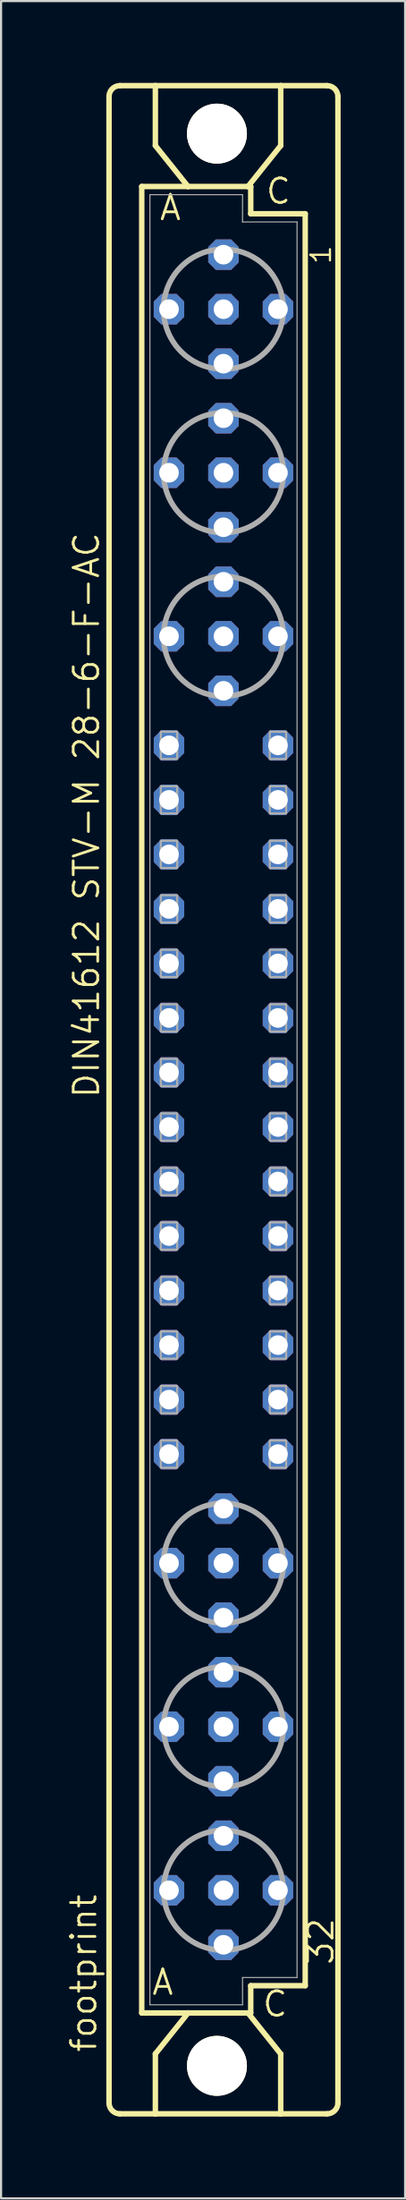
<source format=kicad_pcb>
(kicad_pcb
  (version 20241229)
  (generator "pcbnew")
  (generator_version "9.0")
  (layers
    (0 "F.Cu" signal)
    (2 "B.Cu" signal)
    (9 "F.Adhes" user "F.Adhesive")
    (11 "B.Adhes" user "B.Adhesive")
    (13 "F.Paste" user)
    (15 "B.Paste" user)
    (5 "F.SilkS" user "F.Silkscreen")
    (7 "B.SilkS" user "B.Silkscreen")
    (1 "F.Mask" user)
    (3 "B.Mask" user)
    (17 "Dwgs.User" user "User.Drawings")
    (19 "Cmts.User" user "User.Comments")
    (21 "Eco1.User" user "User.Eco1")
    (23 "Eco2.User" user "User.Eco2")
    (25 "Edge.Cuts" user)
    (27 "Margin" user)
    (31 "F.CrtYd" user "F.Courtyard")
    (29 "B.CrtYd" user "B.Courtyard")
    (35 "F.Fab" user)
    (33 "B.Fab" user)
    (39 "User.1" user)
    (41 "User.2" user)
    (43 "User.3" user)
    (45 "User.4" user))
  (footprint "footprint"
    (layer "F.Cu")
    (at 7.366 48.184)
    (property "Reference" "footprint" (at -5.842 44.45 90) (layer "F.SilkS") (effects (font (size 1.143 1.143) (thickness 0.127)) (justify left bottom)))
    (fp_line (start -5.334 46.736) (end -5.334 -46.736) (stroke (width 0.254) (type solid)) (layer "F.SilkS"))
    (fp_line (start -4.826 -47.244) (end -3.175 -47.244) (stroke (width 0.254) (type solid)) (layer "F.SilkS"))
    (fp_line (start -4.826 47.244) (end -3.175 47.244) (stroke (width 0.254) (type solid)) (layer "F.SilkS"))
    (fp_line (start -3.81 -42.545) (end -3.81 42.545) (stroke (width 0.254) (type solid)) (layer "F.SilkS"))
    (fp_line (start -3.81 42.545) (end -1.651 42.545) (stroke (width 0.254) (type solid)) (layer "F.SilkS"))
    (fp_line (start -3.175 -47.244) (end -3.175 -44.45) (stroke (width 0.254) (type solid)) (layer "F.SilkS"))
    (fp_line (start -3.175 47.244) (end -3.175 44.45) (stroke (width 0.254) (type solid)) (layer "F.SilkS"))
    (fp_line (start -3.175 47.244) (end 2.667 47.244) (stroke (width 0.254) (type solid)) (layer "F.SilkS"))
    (fp_line (start -1.651 -42.545) (end -3.81 -42.545) (stroke (width 0.254) (type solid)) (layer "F.SilkS"))
    (fp_line (start -1.651 -42.545) (end -3.175 -44.45) (stroke (width 0.254) (type solid)) (layer "F.SilkS"))
    (fp_line (start -1.651 42.545) (end -3.175 44.45) (stroke (width 0.254) (type solid)) (layer "F.SilkS"))
    (fp_line (start -1.651 42.545) (end 1.143 42.545) (stroke (width 0.254) (type solid)) (layer "F.SilkS"))
    (fp_line (start 1.143 -42.545) (end -1.651 -42.545) (stroke (width 0.254) (type solid)) (layer "F.SilkS"))
    (fp_line (start 1.143 -42.545) (end 2.667 -44.45) (stroke (width 0.254) (type solid)) (layer "F.SilkS"))
    (fp_line (start 1.143 42.545) (end 1.27 42.545) (stroke (width 0.254) (type solid)) (layer "F.SilkS"))
    (fp_line (start 1.143 42.545) (end 2.667 44.45) (stroke (width 0.254) (type solid)) (layer "F.SilkS"))
    (fp_line (start 1.27 -42.545) (end 1.143 -42.545) (stroke (width 0.254) (type solid)) (layer "F.SilkS"))
    (fp_line (start 1.27 -41.275) (end 1.27 -42.545) (stroke (width 0.254) (type solid)) (layer "F.SilkS"))
    (fp_line (start 1.27 41.275) (end 3.81 41.275) (stroke (width 0.254) (type solid)) (layer "F.SilkS"))
    (fp_line (start 1.27 42.545) (end 1.27 41.275) (stroke (width 0.254) (type solid)) (layer "F.SilkS"))
    (fp_line (start 2.667 -47.244) (end -3.175 -47.244) (stroke (width 0.254) (type solid)) (layer "F.SilkS"))
    (fp_line (start 2.667 -47.244) (end 2.667 -44.45) (stroke (width 0.254) (type solid)) (layer "F.SilkS"))
    (fp_line (start 2.667 47.244) (end 2.667 44.45) (stroke (width 0.254) (type solid)) (layer "F.SilkS"))
    (fp_line (start 2.667 47.244) (end 4.826 47.244) (stroke (width 0.254) (type solid)) (layer "F.SilkS"))
    (fp_line (start 3.81 -41.275) (end 1.27 -41.275) (stroke (width 0.254) (type solid)) (layer "F.SilkS"))
    (fp_line (start 3.81 41.275) (end 3.81 -41.275) (stroke (width 0.254) (type solid)) (layer "F.SilkS"))
    (fp_line (start 4.826 -47.244) (end 2.667 -47.244) (stroke (width 0.254) (type solid)) (layer "F.SilkS"))
    (fp_line (start 5.334 46.736) (end 5.334 -46.736) (stroke (width 0.254) (type solid)) (layer "F.SilkS"))
    (fp_arc (start -5.334 -46.736) (mid -5.18521 -47.09521) (end -4.826 -47.244) (stroke (width 0.254) (type solid)) (layer "F.SilkS"))
    (fp_arc (start -4.826 47.244) (mid -5.18521 47.09521) (end -5.334 46.736) (stroke (width 0.254) (type solid)) (layer "F.SilkS"))
    (fp_arc (start 4.826 -47.244) (mid 5.18521 -47.09521) (end 5.334 -46.736) (stroke (width 0.254) (type solid)) (layer "F.SilkS"))
    (fp_arc (start 5.334 46.736) (mid 5.18521 47.09521) (end 4.826 47.244) (stroke (width 0.254) (type solid)) (layer "F.SilkS"))
    (fp_circle (center -0.305 -45.009) (end 0.965 -45.009) (stroke (width 0.254) (type solid)) (fill no) (layer "F.SilkS"))
    (fp_circle (center -0.305 45.009) (end 0.965 45.009) (stroke (width 0.254) (type solid)) (fill no) (layer "F.SilkS"))
    (fp_line (start -3.429 -42.164) (end -3.429 42.164) (stroke (width 0.051) (type solid)) (layer "F.Fab"))
    (fp_line (start -3.429 -42.164) (end 0.889 -42.164) (stroke (width 0.051) (type solid)) (layer "F.Fab"))
    (fp_line (start -3.429 42.164) (end 0.889 42.164) (stroke (width 0.051) (type solid)) (layer "F.Fab"))
    (fp_line (start 0.889 -42.164) (end 0.889 -40.894) (stroke (width 0.051) (type solid)) (layer "F.Fab"))
    (fp_line (start 0.889 -40.894) (end 3.429 -40.894) (stroke (width 0.051) (type solid)) (layer "F.Fab"))
    (fp_line (start 0.889 40.894) (end 3.429 40.894) (stroke (width 0.051) (type solid)) (layer "F.Fab"))
    (fp_line (start 0.889 42.164) (end 0.889 40.894) (stroke (width 0.051) (type solid)) (layer "F.Fab"))
    (fp_line (start 3.429 -40.894) (end 3.429 40.894) (stroke (width 0.051) (type solid)) (layer "F.Fab"))
    (fp_circle (center 0 -36.83) (end 2.794 -36.83) (stroke (width 0.254) (type solid)) (fill no) (layer "F.Fab"))
    (fp_circle (center 0 -29.21) (end 2.794 -29.21) (stroke (width 0.254) (type solid)) (fill no) (layer "F.Fab"))
    (fp_circle (center 0 -21.59) (end 2.794 -21.59) (stroke (width 0.254) (type solid)) (fill no) (layer "F.Fab"))
    (fp_circle (center 0 21.59) (end 2.794 21.59) (stroke (width 0.254) (type solid)) (fill no) (layer "F.Fab"))
    (fp_circle (center 0 29.21) (end 2.794 29.21) (stroke (width 0.254) (type solid)) (fill no) (layer "F.Fab"))
    (fp_circle (center 0 36.83) (end 2.794 36.83) (stroke (width 0.254) (type solid)) (fill no) (layer "F.Fab"))
    (fp_poly (pts (xy -2.921 -15.875) (xy -2.159 -15.875) (xy -2.159 -17.145) (xy -2.921 -17.145)) (stroke (width 0.1) (type solid)) (fill no) (layer "F.Fab"))
    (fp_poly (pts (xy -2.921 -13.335) (xy -2.159 -13.335) (xy -2.159 -14.605) (xy -2.921 -14.605)) (stroke (width 0.1) (type solid)) (fill no) (layer "F.Fab"))
    (fp_poly (pts (xy -2.921 -10.795) (xy -2.159 -10.795) (xy -2.159 -12.065) (xy -2.921 -12.065)) (stroke (width 0.1) (type solid)) (fill no) (layer "F.Fab"))
    (fp_poly (pts (xy -2.921 -8.255) (xy -2.159 -8.255) (xy -2.159 -9.525) (xy -2.921 -9.525)) (stroke (width 0.1) (type solid)) (fill no) (layer "F.Fab"))
    (fp_poly (pts (xy -2.921 -5.715) (xy -2.159 -5.715) (xy -2.159 -6.985) (xy -2.921 -6.985)) (stroke (width 0.1) (type solid)) (fill no) (layer "F.Fab"))
    (fp_poly (pts (xy -2.921 -3.175) (xy -2.159 -3.175) (xy -2.159 -4.445) (xy -2.921 -4.445)) (stroke (width 0.1) (type solid)) (fill no) (layer "F.Fab"))
    (fp_poly (pts (xy -2.921 -0.635) (xy -2.159 -0.635) (xy -2.159 -1.905) (xy -2.921 -1.905)) (stroke (width 0.1) (type solid)) (fill no) (layer "F.Fab"))
    (fp_poly (pts (xy -2.921 1.905) (xy -2.159 1.905) (xy -2.159 0.635) (xy -2.921 0.635)) (stroke (width 0.1) (type solid)) (fill no) (layer "F.Fab"))
    (fp_poly (pts (xy -2.921 4.445) (xy -2.159 4.445) (xy -2.159 3.175) (xy -2.921 3.175)) (stroke (width 0.1) (type solid)) (fill no) (layer "F.Fab"))
    (fp_poly (pts (xy -2.921 6.985) (xy -2.159 6.985) (xy -2.159 5.715) (xy -2.921 5.715)) (stroke (width 0.1) (type solid)) (fill no) (layer "F.Fab"))
    (fp_poly (pts (xy -2.921 9.525) (xy -2.159 9.525) (xy -2.159 8.255) (xy -2.921 8.255)) (stroke (width 0.1) (type solid)) (fill no) (layer "F.Fab"))
    (fp_poly (pts (xy -2.921 12.065) (xy -2.159 12.065) (xy -2.159 10.795) (xy -2.921 10.795)) (stroke (width 0.1) (type solid)) (fill no) (layer "F.Fab"))
    (fp_poly (pts (xy -2.921 14.605) (xy -2.159 14.605) (xy -2.159 13.335) (xy -2.921 13.335)) (stroke (width 0.1) (type solid)) (fill no) (layer "F.Fab"))
    (fp_poly (pts (xy -2.921 17.145) (xy -2.159 17.145) (xy -2.159 15.875) (xy -2.921 15.875)) (stroke (width 0.1) (type solid)) (fill no) (layer "F.Fab"))
    (fp_poly (pts (xy 2.159 -15.875) (xy 2.921 -15.875) (xy 2.921 -17.145) (xy 2.159 -17.145)) (stroke (width 0.1) (type solid)) (fill no) (layer "F.Fab"))
    (fp_poly (pts (xy 2.159 -13.335) (xy 2.921 -13.335) (xy 2.921 -14.605) (xy 2.159 -14.605)) (stroke (width 0.1) (type solid)) (fill no) (layer "F.Fab"))
    (fp_poly (pts (xy 2.159 -10.795) (xy 2.921 -10.795) (xy 2.921 -12.065) (xy 2.159 -12.065)) (stroke (width 0.1) (type solid)) (fill no) (layer "F.Fab"))
    (fp_poly (pts (xy 2.159 -8.255) (xy 2.921 -8.255) (xy 2.921 -9.525) (xy 2.159 -9.525)) (stroke (width 0.1) (type solid)) (fill no) (layer "F.Fab"))
    (fp_poly (pts (xy 2.159 -5.715) (xy 2.921 -5.715) (xy 2.921 -6.985) (xy 2.159 -6.985)) (stroke (width 0.1) (type solid)) (fill no) (layer "F.Fab"))
    (fp_poly (pts (xy 2.159 -3.175) (xy 2.921 -3.175) (xy 2.921 -4.445) (xy 2.159 -4.445)) (stroke (width 0.1) (type solid)) (fill no) (layer "F.Fab"))
    (fp_poly (pts (xy 2.159 -0.635) (xy 2.921 -0.635) (xy 2.921 -1.905) (xy 2.159 -1.905)) (stroke (width 0.1) (type solid)) (fill no) (layer "F.Fab"))
    (fp_poly (pts (xy 2.159 1.905) (xy 2.921 1.905) (xy 2.921 0.635) (xy 2.159 0.635)) (stroke (width 0.1) (type solid)) (fill no) (layer "F.Fab"))
    (fp_poly (pts (xy 2.159 4.445) (xy 2.921 4.445) (xy 2.921 3.175) (xy 2.159 3.175)) (stroke (width 0.1) (type solid)) (fill no) (layer "F.Fab"))
    (fp_poly (pts (xy 2.159 6.985) (xy 2.921 6.985) (xy 2.921 5.715) (xy 2.159 5.715)) (stroke (width 0.1) (type solid)) (fill no) (layer "F.Fab"))
    (fp_poly (pts (xy 2.159 9.525) (xy 2.921 9.525) (xy 2.921 8.255) (xy 2.159 8.255)) (stroke (width 0.1) (type solid)) (fill no) (layer "F.Fab"))
    (fp_poly (pts (xy 2.159 12.065) (xy 2.921 12.065) (xy 2.921 10.795) (xy 2.159 10.795)) (stroke (width 0.1) (type solid)) (fill no) (layer "F.Fab"))
    (fp_poly (pts (xy 2.159 14.605) (xy 2.921 14.605) (xy 2.921 13.335) (xy 2.159 13.335)) (stroke (width 0.1) (type solid)) (fill no) (layer "F.Fab"))
    (fp_poly (pts (xy 2.159 17.145) (xy 2.921 17.145) (xy 2.921 15.875) (xy 2.159 15.875)) (stroke (width 0.1) (type solid)) (fill no) (layer "F.Fab"))
    (fp_text user " C " (at 0.878 42.799 0) (layer "F.SilkS") (effects (font (size 1.143 1.143) (thickness 0.127)) (justify left bottom)))
    (fp_text user "A" (at -3.048 -40.894 0) (layer "F.SilkS") (effects (font (size 1.143 1.143) (thickness 0.127)) (justify left bottom)))
    (fp_text user "DIN41612 STV-M 28-6-F-AC" (at -5.715 0 90) (layer "F.SilkS") (effects (font (size 1.143 1.143) (thickness 0.127)) (justify left bottom)))
    (fp_text user "32" (at 5.207 40.386 90) (layer "F.SilkS") (effects (font (size 1.143 1.143) (thickness 0.127)) (justify left bottom)))
    (fp_text user "C" (at 1.905 -41.656 0) (layer "F.SilkS") (effects (font (size 1.143 1.143) (thickness 0.127)) (justify left bottom)))
    (fp_text user " A " (at -4.275 41.783 0) (layer "F.SilkS") (effects (font (size 1.143 1.143) (thickness 0.127)) (justify left bottom)))
    (fp_text user "1" (at 5.08 -38.862 90) (layer "F.SilkS") (effects (font (size 0.914 0.914) (thickness 0.102)) (justify left bottom)))
    (pad "" np_thru_hole circle (at -0.305 -45.009) (size 2.794 2.794) (drill 2.794) (layers "*.Cu" "*.Mask"))
    (pad "" np_thru_hole circle (at -0.305 45.009) (size 2.794 2.794) (drill 2.794) (layers "*.Cu" "*.Mask"))
    (pad "A2" thru_hole roundrect (at -2.54 -36.83) (size 1.422 1.422) (drill 0.914) (layers "*.Cu" "*.Mask") (roundrect_rratio 0.25) (chamfer_ratio 0.25) (chamfer top_left top_right bottom_left bottom_right))
    (pad "A5" thru_hole roundrect (at -2.54 -29.21) (size 1.422 1.422) (drill 0.914) (layers "*.Cu" "*.Mask") (roundrect_rratio 0.25) (chamfer_ratio 0.25) (chamfer top_left top_right bottom_left bottom_right))
    (pad "A8" thru_hole roundrect (at -2.54 -21.59) (size 1.422 1.422) (drill 0.914) (layers "*.Cu" "*.Mask") (roundrect_rratio 0.25) (chamfer_ratio 0.25) (chamfer top_left top_right bottom_left bottom_right))
    (pad "A10" thru_hole roundrect (at -2.54 -16.51) (size 1.422 1.422) (drill 0.914) (layers "*.Cu" "*.Mask") (roundrect_rratio 0.25) (chamfer_ratio 0.25) (chamfer top_left top_right bottom_left bottom_right))
    (pad "A11" thru_hole roundrect (at -2.54 -13.97) (size 1.422 1.422) (drill 0.914) (layers "*.Cu" "*.Mask") (roundrect_rratio 0.25) (chamfer_ratio 0.25) (chamfer top_left top_right bottom_left bottom_right))
    (pad "A12" thru_hole roundrect (at -2.54 -11.43) (size 1.422 1.422) (drill 0.914) (layers "*.Cu" "*.Mask") (roundrect_rratio 0.25) (chamfer_ratio 0.25) (chamfer top_left top_right bottom_left bottom_right))
    (pad "A13" thru_hole roundrect (at -2.54 -8.89) (size 1.422 1.422) (drill 0.914) (layers "*.Cu" "*.Mask") (roundrect_rratio 0.25) (chamfer_ratio 0.25) (chamfer top_left top_right bottom_left bottom_right))
    (pad "A14" thru_hole roundrect (at -2.54 -6.35) (size 1.422 1.422) (drill 0.914) (layers "*.Cu" "*.Mask") (roundrect_rratio 0.25) (chamfer_ratio 0.25) (chamfer top_left top_right bottom_left bottom_right))
    (pad "A15" thru_hole roundrect (at -2.54 -3.81) (size 1.422 1.422) (drill 0.914) (layers "*.Cu" "*.Mask") (roundrect_rratio 0.25) (chamfer_ratio 0.25) (chamfer top_left top_right bottom_left bottom_right))
    (pad "A16" thru_hole roundrect (at -2.54 -1.27) (size 1.422 1.422) (drill 0.914) (layers "*.Cu" "*.Mask") (roundrect_rratio 0.25) (chamfer_ratio 0.25) (chamfer top_left top_right bottom_left bottom_right))
    (pad "A17" thru_hole roundrect (at -2.54 1.27) (size 1.422 1.422) (drill 0.914) (layers "*.Cu" "*.Mask") (roundrect_rratio 0.25) (chamfer_ratio 0.25) (chamfer top_left top_right bottom_left bottom_right))
    (pad "A18" thru_hole roundrect (at -2.54 3.81) (size 1.422 1.422) (drill 0.914) (layers "*.Cu" "*.Mask") (roundrect_rratio 0.25) (chamfer_ratio 0.25) (chamfer top_left top_right bottom_left bottom_right))
    (pad "A19" thru_hole roundrect (at -2.54 6.35) (size 1.422 1.422) (drill 0.914) (layers "*.Cu" "*.Mask") (roundrect_rratio 0.25) (chamfer_ratio 0.25) (chamfer top_left top_right bottom_left bottom_right))
    (pad "A20" thru_hole roundrect (at -2.54 8.89) (size 1.422 1.422) (drill 0.914) (layers "*.Cu" "*.Mask") (roundrect_rratio 0.25) (chamfer_ratio 0.25) (chamfer top_left top_right bottom_left bottom_right))
    (pad "A21" thru_hole roundrect (at -2.54 11.43) (size 1.422 1.422) (drill 0.914) (layers "*.Cu" "*.Mask") (roundrect_rratio 0.25) (chamfer_ratio 0.25) (chamfer top_left top_right bottom_left bottom_right))
    (pad "A22" thru_hole roundrect (at -2.54 13.97) (size 1.422 1.422) (drill 0.914) (layers "*.Cu" "*.Mask") (roundrect_rratio 0.25) (chamfer_ratio 0.25) (chamfer top_left top_right bottom_left bottom_right))
    (pad "A23" thru_hole roundrect (at -2.54 16.51) (size 1.422 1.422) (drill 0.914) (layers "*.Cu" "*.Mask") (roundrect_rratio 0.25) (chamfer_ratio 0.25) (chamfer top_left top_right bottom_left bottom_right))
    (pad "A25" thru_hole roundrect (at -2.54 21.59) (size 1.422 1.422) (drill 0.914) (layers "*.Cu" "*.Mask") (roundrect_rratio 0.25) (chamfer_ratio 0.25) (chamfer top_left top_right bottom_left bottom_right))
    (pad "A28" thru_hole roundrect (at -2.54 29.21) (size 1.422 1.422) (drill 0.914) (layers "*.Cu" "*.Mask") (roundrect_rratio 0.25) (chamfer_ratio 0.25) (chamfer top_left top_right bottom_left bottom_right))
    (pad "A31" thru_hole roundrect (at -2.54 36.83) (size 1.422 1.422) (drill 0.914) (layers "*.Cu" "*.Mask") (roundrect_rratio 0.25) (chamfer_ratio 0.25) (chamfer top_left top_right bottom_left bottom_right))
    (pad "B1" thru_hole roundrect (at 0 -39.37) (size 1.422 1.422) (drill 0.914) (layers "*.Cu" "*.Mask") (roundrect_rratio 0.25) (chamfer_ratio 0.25) (chamfer top_left top_right bottom_left bottom_right))
    (pad "B2" thru_hole roundrect (at 0 -36.83) (size 1.422 1.422) (drill 0.914) (layers "*.Cu" "*.Mask") (roundrect_rratio 0.25) (chamfer_ratio 0.25) (chamfer top_left top_right bottom_left bottom_right))
    (pad "B3" thru_hole roundrect (at 0 -34.29) (size 1.422 1.422) (drill 0.914) (layers "*.Cu" "*.Mask") (roundrect_rratio 0.25) (chamfer_ratio 0.25) (chamfer top_left top_right bottom_left bottom_right))
    (pad "B4" thru_hole roundrect (at 0 -31.75) (size 1.422 1.422) (drill 0.914) (layers "*.Cu" "*.Mask") (roundrect_rratio 0.25) (chamfer_ratio 0.25) (chamfer top_left top_right bottom_left bottom_right))
    (pad "B5" thru_hole roundrect (at 0 -29.21) (size 1.422 1.422) (drill 0.914) (layers "*.Cu" "*.Mask") (roundrect_rratio 0.25) (chamfer_ratio 0.25) (chamfer top_left top_right bottom_left bottom_right))
    (pad "B6" thru_hole roundrect (at 0 -26.67) (size 1.422 1.422) (drill 0.914) (layers "*.Cu" "*.Mask") (roundrect_rratio 0.25) (chamfer_ratio 0.25) (chamfer top_left top_right bottom_left bottom_right))
    (pad "B7" thru_hole roundrect (at 0 -24.13) (size 1.422 1.422) (drill 0.914) (layers "*.Cu" "*.Mask") (roundrect_rratio 0.25) (chamfer_ratio 0.25) (chamfer top_left top_right bottom_left bottom_right))
    (pad "B8" thru_hole roundrect (at 0 -21.59) (size 1.422 1.422) (drill 0.914) (layers "*.Cu" "*.Mask") (roundrect_rratio 0.25) (chamfer_ratio 0.25) (chamfer top_left top_right bottom_left bottom_right))
    (pad "B9" thru_hole roundrect (at 0 -19.05) (size 1.422 1.422) (drill 0.914) (layers "*.Cu" "*.Mask") (roundrect_rratio 0.25) (chamfer_ratio 0.25) (chamfer top_left top_right bottom_left bottom_right))
    (pad "B24" thru_hole roundrect (at 0 19.05) (size 1.422 1.422) (drill 0.914) (layers "*.Cu" "*.Mask") (roundrect_rratio 0.25) (chamfer_ratio 0.25) (chamfer top_left top_right bottom_left bottom_right))
    (pad "B25" thru_hole roundrect (at 0 21.59) (size 1.422 1.422) (drill 0.914) (layers "*.Cu" "*.Mask") (roundrect_rratio 0.25) (chamfer_ratio 0.25) (chamfer top_left top_right bottom_left bottom_right))
    (pad "B26" thru_hole roundrect (at 0 24.13) (size 1.422 1.422) (drill 0.914) (layers "*.Cu" "*.Mask") (roundrect_rratio 0.25) (chamfer_ratio 0.25) (chamfer top_left top_right bottom_left bottom_right))
    (pad "B27" thru_hole roundrect (at 0 26.67) (size 1.422 1.422) (drill 0.914) (layers "*.Cu" "*.Mask") (roundrect_rratio 0.25) (chamfer_ratio 0.25) (chamfer top_left top_right bottom_left bottom_right))
    (pad "B28" thru_hole roundrect (at 0 29.21) (size 1.422 1.422) (drill 0.914) (layers "*.Cu" "*.Mask") (roundrect_rratio 0.25) (chamfer_ratio 0.25) (chamfer top_left top_right bottom_left bottom_right))
    (pad "B29" thru_hole roundrect (at 0 31.75) (size 1.422 1.422) (drill 0.914) (layers "*.Cu" "*.Mask") (roundrect_rratio 0.25) (chamfer_ratio 0.25) (chamfer top_left top_right bottom_left bottom_right))
    (pad "B30" thru_hole roundrect (at 0 34.29) (size 1.422 1.422) (drill 0.914) (layers "*.Cu" "*.Mask") (roundrect_rratio 0.25) (chamfer_ratio 0.25) (chamfer top_left top_right bottom_left bottom_right))
    (pad "B31" thru_hole roundrect (at 0 36.83) (size 1.422 1.422) (drill 0.914) (layers "*.Cu" "*.Mask") (roundrect_rratio 0.25) (chamfer_ratio 0.25) (chamfer top_left top_right bottom_left bottom_right))
    (pad "B32" thru_hole roundrect (at 0 39.37) (size 1.422 1.422) (drill 0.914) (layers "*.Cu" "*.Mask") (roundrect_rratio 0.25) (chamfer_ratio 0.25) (chamfer top_left top_right bottom_left bottom_right))
    (pad "C2" thru_hole roundrect (at 2.54 -36.83) (size 1.422 1.422) (drill 0.914) (layers "*.Cu" "*.Mask") (roundrect_rratio 0.25) (chamfer_ratio 0.25) (chamfer top_left top_right bottom_left bottom_right))
    (pad "C5" thru_hole roundrect (at 2.54 -29.21) (size 1.422 1.422) (drill 0.914) (layers "*.Cu" "*.Mask") (roundrect_rratio 0.25) (chamfer_ratio 0.25) (chamfer top_left top_right bottom_left bottom_right))
    (pad "C8" thru_hole roundrect (at 2.54 -21.59) (size 1.422 1.422) (drill 0.914) (layers "*.Cu" "*.Mask") (roundrect_rratio 0.25) (chamfer_ratio 0.25) (chamfer top_left top_right bottom_left bottom_right))
    (pad "C10" thru_hole roundrect (at 2.54 -16.51) (size 1.422 1.422) (drill 0.914) (layers "*.Cu" "*.Mask") (roundrect_rratio 0.25) (chamfer_ratio 0.25) (chamfer top_left top_right bottom_left bottom_right))
    (pad "C11" thru_hole roundrect (at 2.54 -13.97) (size 1.422 1.422) (drill 0.914) (layers "*.Cu" "*.Mask") (roundrect_rratio 0.25) (chamfer_ratio 0.25) (chamfer top_left top_right bottom_left bottom_right))
    (pad "C12" thru_hole roundrect (at 2.54 -11.43) (size 1.422 1.422) (drill 0.914) (layers "*.Cu" "*.Mask") (roundrect_rratio 0.25) (chamfer_ratio 0.25) (chamfer top_left top_right bottom_left bottom_right))
    (pad "C13" thru_hole roundrect (at 2.54 -8.89) (size 1.422 1.422) (drill 0.914) (layers "*.Cu" "*.Mask") (roundrect_rratio 0.25) (chamfer_ratio 0.25) (chamfer top_left top_right bottom_left bottom_right))
    (pad "C14" thru_hole roundrect (at 2.54 -6.35) (size 1.422 1.422) (drill 0.914) (layers "*.Cu" "*.Mask") (roundrect_rratio 0.25) (chamfer_ratio 0.25) (chamfer top_left top_right bottom_left bottom_right))
    (pad "C15" thru_hole roundrect (at 2.54 -3.81) (size 1.422 1.422) (drill 0.914) (layers "*.Cu" "*.Mask") (roundrect_rratio 0.25) (chamfer_ratio 0.25) (chamfer top_left top_right bottom_left bottom_right))
    (pad "C16" thru_hole roundrect (at 2.54 -1.27) (size 1.422 1.422) (drill 0.914) (layers "*.Cu" "*.Mask") (roundrect_rratio 0.25) (chamfer_ratio 0.25) (chamfer top_left top_right bottom_left bottom_right))
    (pad "C17" thru_hole roundrect (at 2.54 1.27) (size 1.422 1.422) (drill 0.914) (layers "*.Cu" "*.Mask") (roundrect_rratio 0.25) (chamfer_ratio 0.25) (chamfer top_left top_right bottom_left bottom_right))
    (pad "C18" thru_hole roundrect (at 2.54 3.81) (size 1.422 1.422) (drill 0.914) (layers "*.Cu" "*.Mask") (roundrect_rratio 0.25) (chamfer_ratio 0.25) (chamfer top_left top_right bottom_left bottom_right))
    (pad "C19" thru_hole roundrect (at 2.54 6.35) (size 1.422 1.422) (drill 0.914) (layers "*.Cu" "*.Mask") (roundrect_rratio 0.25) (chamfer_ratio 0.25) (chamfer top_left top_right bottom_left bottom_right))
    (pad "C20" thru_hole roundrect (at 2.54 8.89) (size 1.422 1.422) (drill 0.914) (layers "*.Cu" "*.Mask") (roundrect_rratio 0.25) (chamfer_ratio 0.25) (chamfer top_left top_right bottom_left bottom_right))
    (pad "C21" thru_hole roundrect (at 2.54 11.43) (size 1.422 1.422) (drill 0.914) (layers "*.Cu" "*.Mask") (roundrect_rratio 0.25) (chamfer_ratio 0.25) (chamfer top_left top_right bottom_left bottom_right))
    (pad "C22" thru_hole roundrect (at 2.54 13.97) (size 1.422 1.422) (drill 0.914) (layers "*.Cu" "*.Mask") (roundrect_rratio 0.25) (chamfer_ratio 0.25) (chamfer top_left top_right bottom_left bottom_right))
    (pad "C23" thru_hole roundrect (at 2.54 16.51) (size 1.422 1.422) (drill 0.914) (layers "*.Cu" "*.Mask") (roundrect_rratio 0.25) (chamfer_ratio 0.25) (chamfer top_left top_right bottom_left bottom_right))
    (pad "C25" thru_hole roundrect (at 2.54 21.59) (size 1.422 1.422) (drill 0.914) (layers "*.Cu" "*.Mask") (roundrect_rratio 0.25) (chamfer_ratio 0.25) (chamfer top_left top_right bottom_left bottom_right))
    (pad "C28" thru_hole roundrect (at 2.54 29.21) (size 1.422 1.422) (drill 0.914) (layers "*.Cu" "*.Mask") (roundrect_rratio 0.25) (chamfer_ratio 0.25) (chamfer top_left top_right bottom_left bottom_right))
    (pad "C31" thru_hole roundrect (at 2.54 36.83) (size 1.422 1.422) (drill 0.914) (layers "*.Cu" "*.Mask") (roundrect_rratio 0.25) (chamfer_ratio 0.25) (chamfer top_left top_right bottom_left bottom_right))
    (zone (net_name "") (layers "F.Cu" "B.Cu") (hatch edge 0.508) (connect_pads) (min_thickness 0.254) (filled_areas_thickness no) (keepout (tracks allowed) (vias not_allowed) (pads allowed) (copperpour allowed) (footprints allowed)) (placement (enabled no)) (fill) (polygon (pts (xy 10.236 3.175) (xy 10.188 2.624) (xy 10.045 2.089) (xy 9.811 1.587) (xy 9.493 1.134) (xy 9.102 0.743) (xy 8.649 0.425) (xy 8.147 0.191) (xy 7.613 0.048) (xy 7.061 0) (xy 6.51 0.048) (xy 5.975 0.191) (xy 5.474 0.425) (xy 5.02 0.743) (xy 4.629 1.134) (xy 4.312 1.587) (xy 4.078 2.089) (xy 3.934 2.624) (xy 3.886 3.175) (xy 3.934 3.726) (xy 4.078 4.261) (xy 4.312 4.763) (xy 4.629 5.216) (xy 5.02 5.607) (xy 5.474 5.925) (xy 5.975 6.159) (xy 6.51 6.302) (xy 7.061 6.35) (xy 7.613 6.302) (xy 8.147 6.159) (xy 8.649 5.925) (xy 9.102 5.607) (xy 9.493 5.216) (xy 9.811 4.763) (xy 10.045 4.261) (xy 10.188 3.726))) (polygon (pts (xy 8.458 3.175) (xy 8.437 2.932) (xy 8.374 2.697) (xy 8.271 2.477) (xy 8.131 2.277) (xy 7.959 2.105) (xy 7.76 1.965) (xy 7.539 1.862) (xy 7.304 1.799) (xy 7.061 1.778) (xy 6.819 1.799) (xy 6.583 1.862) (xy 6.363 1.965) (xy 6.163 2.105) (xy 5.991 2.277) (xy 5.851 2.477) (xy 5.748 2.697) (xy 5.685 2.932) (xy 5.664 3.175) (xy 5.685 3.418) (xy 5.748 3.653) (xy 5.851 3.873) (xy 5.991 4.073) (xy 6.163 4.245) (xy 6.363 4.385) (xy 6.583 4.488) (xy 6.819 4.551) (xy 7.061 4.572) (xy 7.304 4.551) (xy 7.539 4.488) (xy 7.76 4.385) (xy 7.959 4.245) (xy 8.131 4.073) (xy 8.271 3.873) (xy 8.374 3.653) (xy 8.437 3.418))))
    (zone (net_name "") (layers "F.Cu" "B.Cu") (hatch edge 0.508) (connect_pads) (min_thickness 0.254) (filled_areas_thickness no) (keepout (tracks allowed) (vias not_allowed) (pads allowed) (copperpour allowed) (footprints allowed)) (placement (enabled no)) (fill) (polygon (pts (xy 10.236 93.193) (xy 10.188 92.641) (xy 10.045 92.107) (xy 9.811 91.605) (xy 9.493 91.152) (xy 9.102 90.76) (xy 8.649 90.443) (xy 8.147 90.209) (xy 7.613 90.066) (xy 7.061 90.018) (xy 6.51 90.066) (xy 5.975 90.209) (xy 5.474 90.443) (xy 5.02 90.76) (xy 4.629 91.152) (xy 4.312 91.605) (xy 4.078 92.107) (xy 3.934 92.641) (xy 3.886 93.193) (xy 3.934 93.744) (xy 4.078 94.279) (xy 4.312 94.78) (xy 4.629 95.233) (xy 5.02 95.625) (xy 5.474 95.942) (xy 5.975 96.176) (xy 6.51 96.319) (xy 7.061 96.368) (xy 7.613 96.319) (xy 8.147 96.176) (xy 8.649 95.942) (xy 9.102 95.625) (xy 9.493 95.233) (xy 9.811 94.78) (xy 10.045 94.279) (xy 10.188 93.744))) (polygon (pts (xy 8.458 93.193) (xy 8.437 92.95) (xy 8.374 92.715) (xy 8.271 92.494) (xy 8.131 92.295) (xy 7.959 92.122) (xy 7.76 91.983) (xy 7.539 91.88) (xy 7.304 91.817) (xy 7.061 91.796) (xy 6.819 91.817) (xy 6.583 91.88) (xy 6.363 91.983) (xy 6.163 92.122) (xy 5.991 92.295) (xy 5.851 92.494) (xy 5.748 92.715) (xy 5.685 92.95) (xy 5.664 93.193) (xy 5.685 93.435) (xy 5.748 93.67) (xy 5.851 93.891) (xy 5.991 94.091) (xy 6.163 94.263) (xy 6.363 94.402) (xy 6.583 94.505) (xy 6.819 94.568) (xy 7.061 94.59) (xy 7.304 94.568) (xy 7.539 94.505) (xy 7.76 94.402) (xy 7.959 94.263) (xy 8.131 94.091) (xy 8.271 93.891) (xy 8.374 93.67) (xy 8.437 93.435))))
    (zone (net_name "") (layer "B.Cu") (hatch edge 0.508) (connect_pads) (min_thickness 0.254) (filled_areas_thickness no) (keepout (tracks not_allowed) (vias not_allowed) (pads not_allowed) (copperpour not_allowed) (footprints allowed)) (placement (enabled no)) (fill) (polygon (pts (xy 10.236 3.175) (xy 10.188 2.624) (xy 10.045 2.089) (xy 9.811 1.587) (xy 9.493 1.134) (xy 9.102 0.743) (xy 8.649 0.425) (xy 8.147 0.191) (xy 7.613 0.048) (xy 7.061 0) (xy 6.51 0.048) (xy 5.975 0.191) (xy 5.474 0.425) (xy 5.02 0.743) (xy 4.629 1.134) (xy 4.312 1.587) (xy 4.078 2.089) (xy 3.934 2.624) (xy 3.886 3.175) (xy 3.934 3.726) (xy 4.078 4.261) (xy 4.312 4.763) (xy 4.629 5.216) (xy 5.02 5.607) (xy 5.474 5.925) (xy 5.975 6.159) (xy 6.51 6.302) (xy 7.061 6.35) (xy 7.613 6.302) (xy 8.147 6.159) (xy 8.649 5.925) (xy 9.102 5.607) (xy 9.493 5.216) (xy 9.811 4.763) (xy 10.045 4.261) (xy 10.188 3.726))) (polygon (pts (xy 8.458 3.175) (xy 8.437 2.932) (xy 8.374 2.697) (xy 8.271 2.477) (xy 8.131 2.277) (xy 7.959 2.105) (xy 7.76 1.965) (xy 7.539 1.862) (xy 7.304 1.799) (xy 7.061 1.778) (xy 6.819 1.799) (xy 6.583 1.862) (xy 6.363 1.965) (xy 6.163 2.105) (xy 5.991 2.277) (xy 5.851 2.477) (xy 5.748 2.697) (xy 5.685 2.932) (xy 5.664 3.175) (xy 5.685 3.418) (xy 5.748 3.653) (xy 5.851 3.873) (xy 5.991 4.073) (xy 6.163 4.245) (xy 6.363 4.385) (xy 6.583 4.488) (xy 6.819 4.551) (xy 7.061 4.572) (xy 7.304 4.551) (xy 7.539 4.488) (xy 7.76 4.385) (xy 7.959 4.245) (xy 8.131 4.073) (xy 8.271 3.873) (xy 8.374 3.653) (xy 8.437 3.418))))
    (zone (net_name "") (layer "B.Cu") (hatch edge 0.508) (connect_pads) (min_thickness 0.254) (filled_areas_thickness no) (keepout (tracks not_allowed) (vias not_allowed) (pads not_allowed) (copperpour not_allowed) (footprints allowed)) (placement (enabled no)) (fill) (polygon (pts (xy 10.236 93.193) (xy 10.188 92.641) (xy 10.045 92.107) (xy 9.811 91.605) (xy 9.493 91.152) (xy 9.102 90.76) (xy 8.649 90.443) (xy 8.147 90.209) (xy 7.613 90.066) (xy 7.061 90.018) (xy 6.51 90.066) (xy 5.975 90.209) (xy 5.474 90.443) (xy 5.02 90.76) (xy 4.629 91.152) (xy 4.312 91.605) (xy 4.078 92.107) (xy 3.934 92.641) (xy 3.886 93.193) (xy 3.934 93.744) (xy 4.078 94.279) (xy 4.312 94.78) (xy 4.629 95.233) (xy 5.02 95.625) (xy 5.474 95.942) (xy 5.975 96.176) (xy 6.51 96.319) (xy 7.061 96.368) (xy 7.613 96.319) (xy 8.147 96.176) (xy 8.649 95.942) (xy 9.102 95.625) (xy 9.493 95.233) (xy 9.811 94.78) (xy 10.045 94.279) (xy 10.188 93.744))) (polygon (pts (xy 8.458 93.193) (xy 8.437 92.95) (xy 8.374 92.715) (xy 8.271 92.494) (xy 8.131 92.295) (xy 7.959 92.122) (xy 7.76 91.983) (xy 7.539 91.88) (xy 7.304 91.817) (xy 7.061 91.796) (xy 6.819 91.817) (xy 6.583 91.88) (xy 6.363 91.983) (xy 6.163 92.122) (xy 5.991 92.295) (xy 5.851 92.494) (xy 5.748 92.715) (xy 5.685 92.95) (xy 5.664 93.193) (xy 5.685 93.435) (xy 5.748 93.67) (xy 5.851 93.891) (xy 5.991 94.091) (xy 6.163 94.263) (xy 6.363 94.402) (xy 6.583 94.505) (xy 6.819 94.568) (xy 7.061 94.59) (xy 7.304 94.568) (xy 7.539 94.505) (xy 7.76 94.402) (xy 7.959 94.263) (xy 8.131 94.091) (xy 8.271 93.891) (xy 8.374 93.67) (xy 8.437 93.435)))))
  (gr_rect
    (start -3 -3)
    (end 15.832 99.368)
    (stroke (width 0.1) (type default))
    (fill no)
    (layer "Edge.Cuts")))
</source>
